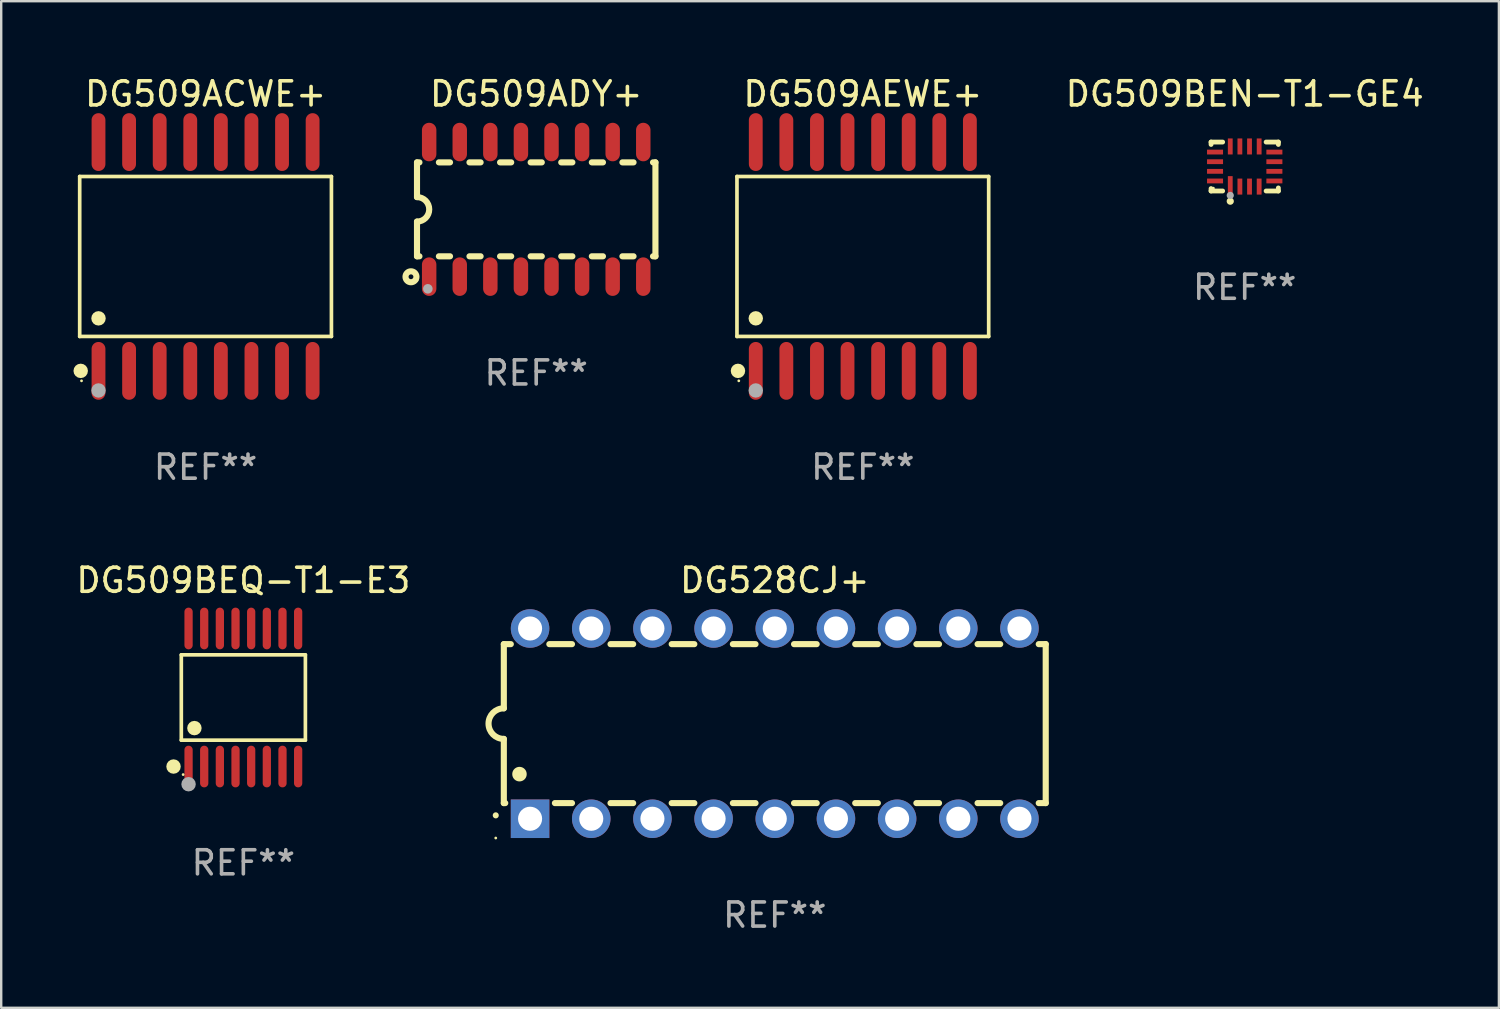
<source format=kicad_pcb>
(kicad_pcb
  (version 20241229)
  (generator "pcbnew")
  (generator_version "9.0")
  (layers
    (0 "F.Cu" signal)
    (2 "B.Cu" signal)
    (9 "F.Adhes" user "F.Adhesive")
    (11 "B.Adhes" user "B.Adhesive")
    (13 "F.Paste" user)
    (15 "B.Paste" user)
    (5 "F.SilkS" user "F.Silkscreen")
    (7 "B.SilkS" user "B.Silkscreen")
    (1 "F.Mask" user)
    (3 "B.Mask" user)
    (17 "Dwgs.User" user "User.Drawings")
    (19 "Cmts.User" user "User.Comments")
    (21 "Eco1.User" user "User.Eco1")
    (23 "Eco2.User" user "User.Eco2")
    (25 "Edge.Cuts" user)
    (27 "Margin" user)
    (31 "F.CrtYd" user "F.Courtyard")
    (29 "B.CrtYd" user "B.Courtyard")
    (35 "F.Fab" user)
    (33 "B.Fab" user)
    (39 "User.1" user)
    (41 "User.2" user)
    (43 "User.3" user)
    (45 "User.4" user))
  (footprint "DG528CJ+"
    (layer "F.Cu")
    (at 29.119 26.995)
    (property "Reference" "DG528CJ+" (at 0 -5.95 0) (layer "F.SilkS") (effects (font (size 1 1) (thickness 0.15))))
    (attr through_hole)
    (fp_line (start -11.25 -3.3) (end -11.25 -0.635) (stroke (width 0.254) (type solid)) (layer "F.SilkS"))
    (fp_line (start -11.25 -3.3) (end -10.96 -3.3) (stroke (width 0.254) (type solid)) (layer "F.SilkS"))
    (fp_line (start -11.25 3.3) (end -11.25 0.635) (stroke (width 0.254) (type solid)) (layer "F.SilkS"))
    (fp_line (start -11.25 3.3) (end -11.191 3.3) (stroke (width 0.254) (type solid)) (layer "F.SilkS"))
    (fp_line (start -9.36 -3.3) (end -8.42 -3.3) (stroke (width 0.254) (type solid)) (layer "F.SilkS"))
    (fp_line (start -9.129 3.3) (end -8.42 3.3) (stroke (width 0.254) (type solid)) (layer "F.SilkS"))
    (fp_line (start -6.82 -3.3) (end -5.88 -3.3) (stroke (width 0.254) (type solid)) (layer "F.SilkS"))
    (fp_line (start -6.82 3.3) (end -5.88 3.3) (stroke (width 0.254) (type solid)) (layer "F.SilkS"))
    (fp_line (start -4.28 -3.3) (end -3.34 -3.3) (stroke (width 0.254) (type solid)) (layer "F.SilkS"))
    (fp_line (start -4.28 3.3) (end -3.34 3.3) (stroke (width 0.254) (type solid)) (layer "F.SilkS"))
    (fp_line (start -1.74 -3.3) (end -0.8 -3.3) (stroke (width 0.254) (type solid)) (layer "F.SilkS"))
    (fp_line (start -1.74 3.3) (end -0.8 3.3) (stroke (width 0.254) (type solid)) (layer "F.SilkS"))
    (fp_line (start 0.8 -3.3) (end 1.74 -3.3) (stroke (width 0.254) (type solid)) (layer "F.SilkS"))
    (fp_line (start 0.8 3.3) (end 1.74 3.3) (stroke (width 0.254) (type solid)) (layer "F.SilkS"))
    (fp_line (start 3.34 -3.3) (end 4.28 -3.3) (stroke (width 0.254) (type solid)) (layer "F.SilkS"))
    (fp_line (start 3.34 3.3) (end 4.28 3.3) (stroke (width 0.254) (type solid)) (layer "F.SilkS"))
    (fp_line (start 5.88 -3.3) (end 6.82 -3.3) (stroke (width 0.254) (type solid)) (layer "F.SilkS"))
    (fp_line (start 5.88 3.3) (end 6.82 3.3) (stroke (width 0.254) (type solid)) (layer "F.SilkS"))
    (fp_line (start 8.42 -3.3) (end 9.36 -3.3) (stroke (width 0.254) (type solid)) (layer "F.SilkS"))
    (fp_line (start 8.42 3.3) (end 9.36 3.3) (stroke (width 0.254) (type solid)) (layer "F.SilkS"))
    (fp_line (start 10.96 -3.3) (end 11.25 -3.3) (stroke (width 0.254) (type solid)) (layer "F.SilkS"))
    (fp_line (start 10.96 3.3) (end 11.25 3.3) (stroke (width 0.254) (type solid)) (layer "F.SilkS"))
    (fp_line (start 11.25 -3.3) (end 11.25 3.3) (stroke (width 0.254) (type solid)) (layer "F.SilkS"))
    (fp_arc (start -11.584963 3.810008) (mid -11.58497 3.808738) (end -11.584963 3.807468) (stroke (width 0.25) (type solid)) (layer "F.SilkS"))
    (fp_arc (start -11.250013 0.635001) (mid -11.884684 -0.000165) (end -11.249683 -0.635001) (stroke (width 0.254001) (type solid)) (layer "F.SilkS"))
    (fp_arc (start -10.600025 2.1) (mid -10.600036 2.09746) (end -10.600025 2.09492) (stroke (width 0.6) (type solid)) (layer "F.SilkS"))
    (fp_circle (center -11.585 4.75) (end -11.555 4.75) (stroke (width 0.06) (type solid)) (fill no) (layer "F.SilkS"))
    (fp_text user "REF**" (at 0 7.95 0) (layer "F.Fab") (effects (font (size 1 1) (thickness 0.15))))
    (pad "1" thru_hole rect (at -10.16 3.95 90) (size 1.6 1.6) (drill 1) (layers "*.Cu" "*.Mask"))
    (pad "2" thru_hole circle (at -7.62 3.95 90) (size 1.6 1.6) (drill 1) (layers "*.Cu" "*.Mask"))
    (pad "3" thru_hole circle (at -5.08 3.95 90) (size 1.6 1.6) (drill 1) (layers "*.Cu" "*.Mask"))
    (pad "4" thru_hole circle (at -2.54 3.95 90) (size 1.6 1.6) (drill 1) (layers "*.Cu" "*.Mask"))
    (pad "5" thru_hole circle (at 0 3.95 90) (size 1.6 1.6) (drill 1) (layers "*.Cu" "*.Mask"))
    (pad "6" thru_hole circle (at 2.54 3.95 90) (size 1.6 1.6) (drill 1) (layers "*.Cu" "*.Mask"))
    (pad "7" thru_hole circle (at 5.08 3.95 90) (size 1.6 1.6) (drill 1) (layers "*.Cu" "*.Mask"))
    (pad "8" thru_hole circle (at 7.62 3.95 90) (size 1.6 1.6) (drill 1) (layers "*.Cu" "*.Mask"))
    (pad "9" thru_hole circle (at 10.16 3.95 90) (size 1.6 1.6) (drill 1) (layers "*.Cu" "*.Mask"))
    (pad "10" thru_hole circle (at 10.16 -3.95 90) (size 1.6 1.6) (drill 1) (layers "*.Cu" "*.Mask"))
    (pad "11" thru_hole circle (at 7.62 -3.95 90) (size 1.6 1.6) (drill 1) (layers "*.Cu" "*.Mask"))
    (pad "12" thru_hole circle (at 5.08 -3.95 90) (size 1.6 1.6) (drill 1) (layers "*.Cu" "*.Mask"))
    (pad "13" thru_hole circle (at 2.54 -3.95 90) (size 1.6 1.6) (drill 1) (layers "*.Cu" "*.Mask"))
    (pad "14" thru_hole circle (at 0 -3.95 90) (size 1.6 1.6) (drill 1) (layers "*.Cu" "*.Mask"))
    (pad "15" thru_hole circle (at -2.54 -3.95 90) (size 1.6 1.6) (drill 1) (layers "*.Cu" "*.Mask"))
    (pad "16" thru_hole circle (at -5.08 -3.95 90) (size 1.6 1.6) (drill 1) (layers "*.Cu" "*.Mask"))
    (pad "17" thru_hole circle (at -7.62 -3.95 90) (size 1.6 1.6) (drill 1) (layers "*.Cu" "*.Mask"))
    (pad "18" thru_hole circle (at -10.16 -3.95 90) (size 1.6 1.6) (drill 1) (layers "*.Cu" "*.Mask")))
  (footprint "DG509AEWE+"
    (layer "F.Cu")
    (at 32.775 7.599)
    (property "Reference" "DG509AEWE+" (at 0 -6.75 0) (layer "F.SilkS") (effects (font (size 1 1) (thickness 0.15))))
    (attr through_hole)
    (fp_line (start -5.226 -3.321) (end 5.226 -3.321) (stroke (width 0.152) (type solid)) (layer "F.SilkS"))
    (fp_line (start -5.226 3.321) (end -5.226 -3.321) (stroke (width 0.152) (type solid)) (layer "F.SilkS"))
    (fp_line (start 5.226 -3.321) (end 5.226 3.321) (stroke (width 0.152) (type solid)) (layer "F.SilkS"))
    (fp_line (start 5.226 3.321) (end -5.226 3.321) (stroke (width 0.152) (type solid)) (layer "F.SilkS"))
    (fp_circle (center -5.184 4.75) (end -5.034 4.75) (stroke (width 0.3) (type solid)) (fill no) (layer "F.SilkS"))
    (fp_circle (center -5.15 5.163) (end -5.12 5.163) (stroke (width 0.06) (type solid)) (fill no) (layer "F.SilkS"))
    (fp_circle (center -4.445 2.569) (end -4.295 2.569) (stroke (width 0.3) (type solid)) (fill no) (layer "F.SilkS"))
    (fp_circle (center -4.445 5.563) (end -4.295 5.563) (stroke (width 0.3) (type solid)) (fill no) (layer "F.Fab"))
    (fp_text user "REF**" (at 0 8.75 0) (layer "F.Fab") (effects (font (size 1 1) (thickness 0.15))))
    (pad "1" smd oval (at -4.445 4.75) (size 0.574 2.401) (layers "F.Cu" "F.Mask" "F.Paste"))
    (pad "2" smd oval (at -3.175 4.75) (size 0.574 2.401) (layers "F.Cu" "F.Mask" "F.Paste"))
    (pad "3" smd oval (at -1.905 4.75) (size 0.574 2.401) (layers "F.Cu" "F.Mask" "F.Paste"))
    (pad "4" smd oval (at -0.635 4.75) (size 0.574 2.401) (layers "F.Cu" "F.Mask" "F.Paste"))
    (pad "5" smd oval (at 0.635 4.75) (size 0.574 2.401) (layers "F.Cu" "F.Mask" "F.Paste"))
    (pad "6" smd oval (at 1.905 4.75) (size 0.574 2.401) (layers "F.Cu" "F.Mask" "F.Paste"))
    (pad "7" smd oval (at 3.175 4.75) (size 0.574 2.401) (layers "F.Cu" "F.Mask" "F.Paste"))
    (pad "8" smd oval (at 4.445 4.75) (size 0.574 2.401) (layers "F.Cu" "F.Mask" "F.Paste"))
    (pad "9" smd oval (at 4.445 -4.75) (size 0.574 2.401) (layers "F.Cu" "F.Mask" "F.Paste"))
    (pad "10" smd oval (at 3.175 -4.75) (size 0.574 2.401) (layers "F.Cu" "F.Mask" "F.Paste"))
    (pad "11" smd oval (at 1.905 -4.75) (size 0.574 2.401) (layers "F.Cu" "F.Mask" "F.Paste"))
    (pad "12" smd oval (at 0.635 -4.75) (size 0.574 2.401) (layers "F.Cu" "F.Mask" "F.Paste"))
    (pad "13" smd oval (at -0.635 -4.75) (size 0.574 2.401) (layers "F.Cu" "F.Mask" "F.Paste"))
    (pad "14" smd oval (at -1.905 -4.75) (size 0.574 2.401) (layers "F.Cu" "F.Mask" "F.Paste"))
    (pad "15" smd oval (at -3.175 -4.75) (size 0.574 2.401) (layers "F.Cu" "F.Mask" "F.Paste"))
    (pad "16" smd oval (at -4.445 -4.75) (size 0.574 2.401) (layers "F.Cu" "F.Mask" "F.Paste")))
  (footprint "DG509BEQ-T1-E3"
    (layer "F.Cu")
    (at 7.054 25.911)
    (property "Reference" "DG509BEQ-T1-E3" (at 0 -4.866 0) (layer "F.SilkS") (effects (font (size 1 1) (thickness 0.15))))
    (attr through_hole)
    (fp_line (start -2.576 -1.772) (end 2.576 -1.772) (stroke (width 0.152) (type solid)) (layer "F.SilkS"))
    (fp_line (start -2.576 1.771) (end -2.576 -1.772) (stroke (width 0.152) (type solid)) (layer "F.SilkS"))
    (fp_line (start 2.576 -1.772) (end 2.576 1.771) (stroke (width 0.152) (type solid)) (layer "F.SilkS"))
    (fp_line (start 2.576 1.771) (end -2.576 1.771) (stroke (width 0.152) (type solid)) (layer "F.SilkS"))
    (fp_circle (center -2.899 2.866) (end -2.749 2.866) (stroke (width 0.3) (type solid)) (fill no) (layer "F.SilkS"))
    (fp_circle (center -2.5 3.2) (end -2.47 3.2) (stroke (width 0.06) (type solid)) (fill no) (layer "F.SilkS"))
    (fp_circle (center -2.032 1.27) (end -1.882 1.27) (stroke (width 0.3) (type solid)) (fill no) (layer "F.SilkS"))
    (fp_circle (center -2.275 3.6) (end -2.125 3.6) (stroke (width 0.3) (type solid)) (fill no) (layer "F.Fab"))
    (fp_text user "REF**" (at 0 6.866 0) (layer "F.Fab") (effects (font (size 1 1) (thickness 0.15))))
    (pad "1" smd oval (at -2.275 2.866) (size 0.343 1.731) (layers "F.Cu" "F.Mask" "F.Paste"))
    (pad "2" smd oval (at -1.625 2.866) (size 0.343 1.731) (layers "F.Cu" "F.Mask" "F.Paste"))
    (pad "3" smd oval (at -0.975 2.866) (size 0.343 1.731) (layers "F.Cu" "F.Mask" "F.Paste"))
    (pad "4" smd oval (at -0.325 2.866) (size 0.343 1.731) (layers "F.Cu" "F.Mask" "F.Paste"))
    (pad "5" smd oval (at 0.325 2.866) (size 0.343 1.731) (layers "F.Cu" "F.Mask" "F.Paste"))
    (pad "6" smd oval (at 0.975 2.866) (size 0.343 1.731) (layers "F.Cu" "F.Mask" "F.Paste"))
    (pad "7" smd oval (at 1.625 2.866) (size 0.343 1.731) (layers "F.Cu" "F.Mask" "F.Paste"))
    (pad "8" smd oval (at 2.275 2.866) (size 0.343 1.731) (layers "F.Cu" "F.Mask" "F.Paste"))
    (pad "9" smd oval (at 2.275 -2.866) (size 0.343 1.731) (layers "F.Cu" "F.Mask" "F.Paste"))
    (pad "10" smd oval (at 1.625 -2.866) (size 0.343 1.731) (layers "F.Cu" "F.Mask" "F.Paste"))
    (pad "11" smd oval (at 0.975 -2.866) (size 0.343 1.731) (layers "F.Cu" "F.Mask" "F.Paste"))
    (pad "12" smd oval (at 0.325 -2.866) (size 0.343 1.731) (layers "F.Cu" "F.Mask" "F.Paste"))
    (pad "13" smd oval (at -0.325 -2.866) (size 0.343 1.731) (layers "F.Cu" "F.Mask" "F.Paste"))
    (pad "14" smd oval (at -0.975 -2.866) (size 0.343 1.731) (layers "F.Cu" "F.Mask" "F.Paste"))
    (pad "15" smd oval (at -1.625 -2.866) (size 0.343 1.731) (layers "F.Cu" "F.Mask" "F.Paste"))
    (pad "16" smd oval (at -2.275 -2.866) (size 0.343 1.731) (layers "F.Cu" "F.Mask" "F.Paste")))
  (footprint "DG509BEN-T1-GE4"
    (layer "F.Cu")
    (at 48.631 3.864)
    (property "Reference" "DG509BEN-T1-GE4" (at 0 -3.016 0) (layer "F.SilkS") (effects (font (size 1 1) (thickness 0.15))))
    (attr through_hole)
    (fp_line (start -1.397 -1.016) (end -1.397 -0.916) (stroke (width 0.2) (type solid)) (layer "F.SilkS"))
    (fp_line (start -1.397 0.916) (end -1.397 1.016) (stroke (width 0.2) (type solid)) (layer "F.SilkS"))
    (fp_line (start -1.397 1.016) (end -0.916 1.016) (stroke (width 0.2) (type solid)) (layer "F.SilkS"))
    (fp_line (start -0.916 -1.016) (end -1.397 -1.016) (stroke (width 0.2) (type solid)) (layer "F.SilkS"))
    (fp_line (start 0.889 -1.016) (end 1.397 -1.016) (stroke (width 0.2) (type solid)) (layer "F.SilkS"))
    (fp_line (start 1.397 -1.016) (end 1.397 -0.916) (stroke (width 0.2) (type solid)) (layer "F.SilkS"))
    (fp_line (start 1.397 0.889) (end 1.397 1.016) (stroke (width 0.2) (type solid)) (layer "F.SilkS"))
    (fp_line (start 1.397 1.016) (end 0.889 1.016) (stroke (width 0.2) (type solid)) (layer "F.SilkS"))
    (fp_circle (center -1.3 0.9) (end -1.27 0.9) (stroke (width 0.06) (type solid)) (fill no) (layer "F.SilkS"))
    (fp_circle (center -0.6 1.44) (end -0.525 1.44) (stroke (width 0.15) (type solid)) (fill no) (layer "F.SilkS"))
    (fp_circle (center -0.6 1.2) (end -0.525 1.2) (stroke (width 0.15) (type solid)) (fill no) (layer "F.Fab"))
    (fp_text user "REF**" (at 0 5.016 0) (layer "F.Fab") (effects (font (size 1 1) (thickness 0.15))))
    (pad "1" smd rect (at -0.6 0.782) (size 0.2 0.765) (layers "F.Cu" "F.Mask" "F.Paste"))
    (pad "2" smd rect (at -0.2 0.833) (size 0.2 0.665) (layers "F.Cu" "F.Mask" "F.Paste"))
    (pad "3" smd rect (at 0.2 0.833) (size 0.2 0.665) (layers "F.Cu" "F.Mask" "F.Paste"))
    (pad "4" smd rect (at 0.6 0.833) (size 0.2 0.665) (layers "F.Cu" "F.Mask" "F.Paste"))
    (pad "5" smd rect (at 1.232 0.6) (size 0.665 0.2) (layers "F.Cu" "F.Mask" "F.Paste"))
    (pad "6" smd rect (at 1.232 0.2) (size 0.665 0.2) (layers "F.Cu" "F.Mask" "F.Paste"))
    (pad "7" smd rect (at 1.232 -0.2) (size 0.665 0.2) (layers "F.Cu" "F.Mask" "F.Paste"))
    (pad "8" smd rect (at 1.232 -0.6) (size 0.665 0.2) (layers "F.Cu" "F.Mask" "F.Paste"))
    (pad "9" smd rect (at 0.6 -0.833) (size 0.2 0.665) (layers "F.Cu" "F.Mask" "F.Paste"))
    (pad "10" smd rect (at 0.2 -0.833) (size 0.2 0.665) (layers "F.Cu" "F.Mask" "F.Paste"))
    (pad "11" smd rect (at -0.2 -0.833) (size 0.2 0.665) (layers "F.Cu" "F.Mask" "F.Paste"))
    (pad "12" smd rect (at -0.6 -0.833) (size 0.2 0.665) (layers "F.Cu" "F.Mask" "F.Paste"))
    (pad "13" smd rect (at -1.232 -0.6) (size 0.665 0.2) (layers "F.Cu" "F.Mask" "F.Paste"))
    (pad "14" smd rect (at -1.232 -0.2) (size 0.665 0.2) (layers "F.Cu" "F.Mask" "F.Paste"))
    (pad "15" smd rect (at -1.232 0.2) (size 0.665 0.2) (layers "F.Cu" "F.Mask" "F.Paste"))
    (pad "16" smd rect (at -1.232 0.6) (size 0.665 0.2) (layers "F.Cu" "F.Mask" "F.Paste")))
  (footprint "DG509ACWE+"
    (layer "F.Cu")
    (at 5.485 7.599)
    (property "Reference" "DG509ACWE+" (at 0 -6.75 0) (layer "F.SilkS") (effects (font (size 1 1) (thickness 0.15))))
    (attr through_hole)
    (fp_line (start -5.226 -3.321) (end 5.226 -3.321) (stroke (width 0.152) (type solid)) (layer "F.SilkS"))
    (fp_line (start -5.226 3.321) (end -5.226 -3.321) (stroke (width 0.152) (type solid)) (layer "F.SilkS"))
    (fp_line (start 5.226 -3.321) (end 5.226 3.321) (stroke (width 0.152) (type solid)) (layer "F.SilkS"))
    (fp_line (start 5.226 3.321) (end -5.226 3.321) (stroke (width 0.152) (type solid)) (layer "F.SilkS"))
    (fp_circle (center -5.184 4.75) (end -5.034 4.75) (stroke (width 0.3) (type solid)) (fill no) (layer "F.SilkS"))
    (fp_circle (center -5.15 5.163) (end -5.12 5.163) (stroke (width 0.06) (type solid)) (fill no) (layer "F.SilkS"))
    (fp_circle (center -4.445 2.569) (end -4.295 2.569) (stroke (width 0.3) (type solid)) (fill no) (layer "F.SilkS"))
    (fp_circle (center -4.445 5.563) (end -4.295 5.563) (stroke (width 0.3) (type solid)) (fill no) (layer "F.Fab"))
    (fp_text user "REF**" (at 0 8.75 0) (layer "F.Fab") (effects (font (size 1 1) (thickness 0.15))))
    (pad "1" smd oval (at -4.445 4.75) (size 0.574 2.401) (layers "F.Cu" "F.Mask" "F.Paste"))
    (pad "2" smd oval (at -3.175 4.75) (size 0.574 2.401) (layers "F.Cu" "F.Mask" "F.Paste"))
    (pad "3" smd oval (at -1.905 4.75) (size 0.574 2.401) (layers "F.Cu" "F.Mask" "F.Paste"))
    (pad "4" smd oval (at -0.635 4.75) (size 0.574 2.401) (layers "F.Cu" "F.Mask" "F.Paste"))
    (pad "5" smd oval (at 0.635 4.75) (size 0.574 2.401) (layers "F.Cu" "F.Mask" "F.Paste"))
    (pad "6" smd oval (at 1.905 4.75) (size 0.574 2.401) (layers "F.Cu" "F.Mask" "F.Paste"))
    (pad "7" smd oval (at 3.175 4.75) (size 0.574 2.401) (layers "F.Cu" "F.Mask" "F.Paste"))
    (pad "8" smd oval (at 4.445 4.75) (size 0.574 2.401) (layers "F.Cu" "F.Mask" "F.Paste"))
    (pad "9" smd oval (at 4.445 -4.75) (size 0.574 2.401) (layers "F.Cu" "F.Mask" "F.Paste"))
    (pad "10" smd oval (at 3.175 -4.75) (size 0.574 2.401) (layers "F.Cu" "F.Mask" "F.Paste"))
    (pad "11" smd oval (at 1.905 -4.75) (size 0.574 2.401) (layers "F.Cu" "F.Mask" "F.Paste"))
    (pad "12" smd oval (at 0.635 -4.75) (size 0.574 2.401) (layers "F.Cu" "F.Mask" "F.Paste"))
    (pad "13" smd oval (at -0.635 -4.75) (size 0.574 2.401) (layers "F.Cu" "F.Mask" "F.Paste"))
    (pad "14" smd oval (at -1.905 -4.75) (size 0.574 2.401) (layers "F.Cu" "F.Mask" "F.Paste"))
    (pad "15" smd oval (at -3.175 -4.75) (size 0.574 2.401) (layers "F.Cu" "F.Mask" "F.Paste"))
    (pad "16" smd oval (at -4.445 -4.75) (size 0.574 2.401) (layers "F.Cu" "F.Mask" "F.Paste")))
  (footprint "DG509ADY+"
    (layer "F.Cu")
    (at 19.214 5.642)
    (property "Reference" "DG509ADY+" (at 0 -4.794 0) (layer "F.SilkS") (effects (font (size 1 1) (thickness 0.15))))
    (attr through_hole)
    (fp_line (start -4.95 -1.95) (end -4.95 -0.508) (stroke (width 0.254) (type solid)) (layer "F.SilkS"))
    (fp_line (start -4.95 -1.95) (end -4.849 -1.95) (stroke (width 0.254) (type solid)) (layer "F.SilkS"))
    (fp_line (start -4.95 1.95) (end -4.95 0.508) (stroke (width 0.254) (type solid)) (layer "F.SilkS"))
    (fp_line (start -4.95 1.95) (end -4.849 1.95) (stroke (width 0.254) (type solid)) (layer "F.SilkS"))
    (fp_line (start -4.041 -1.95) (end -3.579 -1.95) (stroke (width 0.254) (type solid)) (layer "F.SilkS"))
    (fp_line (start -4.041 1.95) (end -3.579 1.95) (stroke (width 0.254) (type solid)) (layer "F.SilkS"))
    (fp_line (start -2.771 -1.95) (end -2.309 -1.95) (stroke (width 0.254) (type solid)) (layer "F.SilkS"))
    (fp_line (start -2.771 1.95) (end -2.309 1.95) (stroke (width 0.254) (type solid)) (layer "F.SilkS"))
    (fp_line (start -1.501 -1.95) (end -1.039 -1.95) (stroke (width 0.254) (type solid)) (layer "F.SilkS"))
    (fp_line (start -1.501 1.95) (end -1.039 1.95) (stroke (width 0.254) (type solid)) (layer "F.SilkS"))
    (fp_line (start -0.231 -1.95) (end 0.231 -1.95) (stroke (width 0.254) (type solid)) (layer "F.SilkS"))
    (fp_line (start -0.231 1.95) (end 0.231 1.95) (stroke (width 0.254) (type solid)) (layer "F.SilkS"))
    (fp_line (start 1.039 -1.95) (end 1.501 -1.95) (stroke (width 0.254) (type solid)) (layer "F.SilkS"))
    (fp_line (start 1.039 1.95) (end 1.501 1.95) (stroke (width 0.254) (type solid)) (layer "F.SilkS"))
    (fp_line (start 2.309 -1.95) (end 2.771 -1.95) (stroke (width 0.254) (type solid)) (layer "F.SilkS"))
    (fp_line (start 2.309 1.95) (end 2.771 1.95) (stroke (width 0.254) (type solid)) (layer "F.SilkS"))
    (fp_line (start 3.579 -1.95) (end 4.041 -1.95) (stroke (width 0.254) (type solid)) (layer "F.SilkS"))
    (fp_line (start 3.579 1.95) (end 4.041 1.95) (stroke (width 0.254) (type solid)) (layer "F.SilkS"))
    (fp_line (start 4.849 -1.95) (end 4.95 -1.95) (stroke (width 0.254) (type solid)) (layer "F.SilkS"))
    (fp_line (start 4.849 1.95) (end 4.95 1.95) (stroke (width 0.254) (type solid)) (layer "F.SilkS"))
    (fp_line (start 4.95 -1.95) (end 4.95 1.95) (stroke (width 0.254) (type solid)) (layer "F.SilkS"))
    (fp_arc (start -4.95047 -0.508001) (mid -4.442469 -0.000228) (end -4.950013 0.508001) (stroke (width 0.254001) (type solid)) (layer "F.SilkS"))
    (fp_circle (center -5.2 2.8) (end -5.1 2.8) (stroke (width 0.254) (type solid)) (fill no) (layer "F.SilkS"))
    (fp_circle (center -4.95 2.947) (end -4.92 2.947) (stroke (width 0.06) (type solid)) (fill no) (layer "F.SilkS"))
    (fp_circle (center -4.5 3.3) (end -4.4 3.3) (stroke (width 0.2) (type solid)) (fill no) (layer "F.Fab"))
    (fp_text user "REF**" (at 0 6.794 0) (layer "F.Fab") (effects (font (size 1 1) (thickness 0.15))))
    (pad "1" smd oval (at -4.445 2.794) (size 0.6 1.6) (layers "F.Cu" "F.Mask" "F.Paste"))
    (pad "2" smd oval (at -3.175 2.794) (size 0.6 1.6) (layers "F.Cu" "F.Mask" "F.Paste"))
    (pad "3" smd oval (at -1.905 2.794) (size 0.6 1.6) (layers "F.Cu" "F.Mask" "F.Paste"))
    (pad "4" smd oval (at -0.635 2.794) (size 0.6 1.6) (layers "F.Cu" "F.Mask" "F.Paste"))
    (pad "5" smd oval (at 0.635 2.794) (size 0.6 1.6) (layers "F.Cu" "F.Mask" "F.Paste"))
    (pad "6" smd oval (at 1.905 2.794) (size 0.6 1.6) (layers "F.Cu" "F.Mask" "F.Paste"))
    (pad "7" smd oval (at 3.175 2.794) (size 0.6 1.6) (layers "F.Cu" "F.Mask" "F.Paste"))
    (pad "8" smd oval (at 4.445 2.794) (size 0.6 1.6) (layers "F.Cu" "F.Mask" "F.Paste"))
    (pad "9" smd oval (at 4.445 -2.794) (size 0.6 1.6) (layers "F.Cu" "F.Mask" "F.Paste"))
    (pad "10" smd oval (at 3.175 -2.794) (size 0.6 1.6) (layers "F.Cu" "F.Mask" "F.Paste"))
    (pad "11" smd oval (at 1.905 -2.794) (size 0.6 1.6) (layers "F.Cu" "F.Mask" "F.Paste"))
    (pad "12" smd oval (at 0.635 -2.794) (size 0.6 1.6) (layers "F.Cu" "F.Mask" "F.Paste"))
    (pad "13" smd oval (at -0.635 -2.794) (size 0.6 1.6) (layers "F.Cu" "F.Mask" "F.Paste"))
    (pad "14" smd oval (at -1.905 -2.794) (size 0.6 1.6) (layers "F.Cu" "F.Mask" "F.Paste"))
    (pad "15" smd oval (at -3.175 -2.794) (size 0.6 1.6) (layers "F.Cu" "F.Mask" "F.Paste"))
    (pad "16" smd oval (at -4.445 -2.794) (size 0.6 1.6) (layers "F.Cu" "F.Mask" "F.Paste")))
  (gr_rect
    (start -3 -3)
    (end 59.185 38.794)
    (stroke (width 0.1) (type default))
    (fill no)
    (layer "Edge.Cuts")))
</source>
